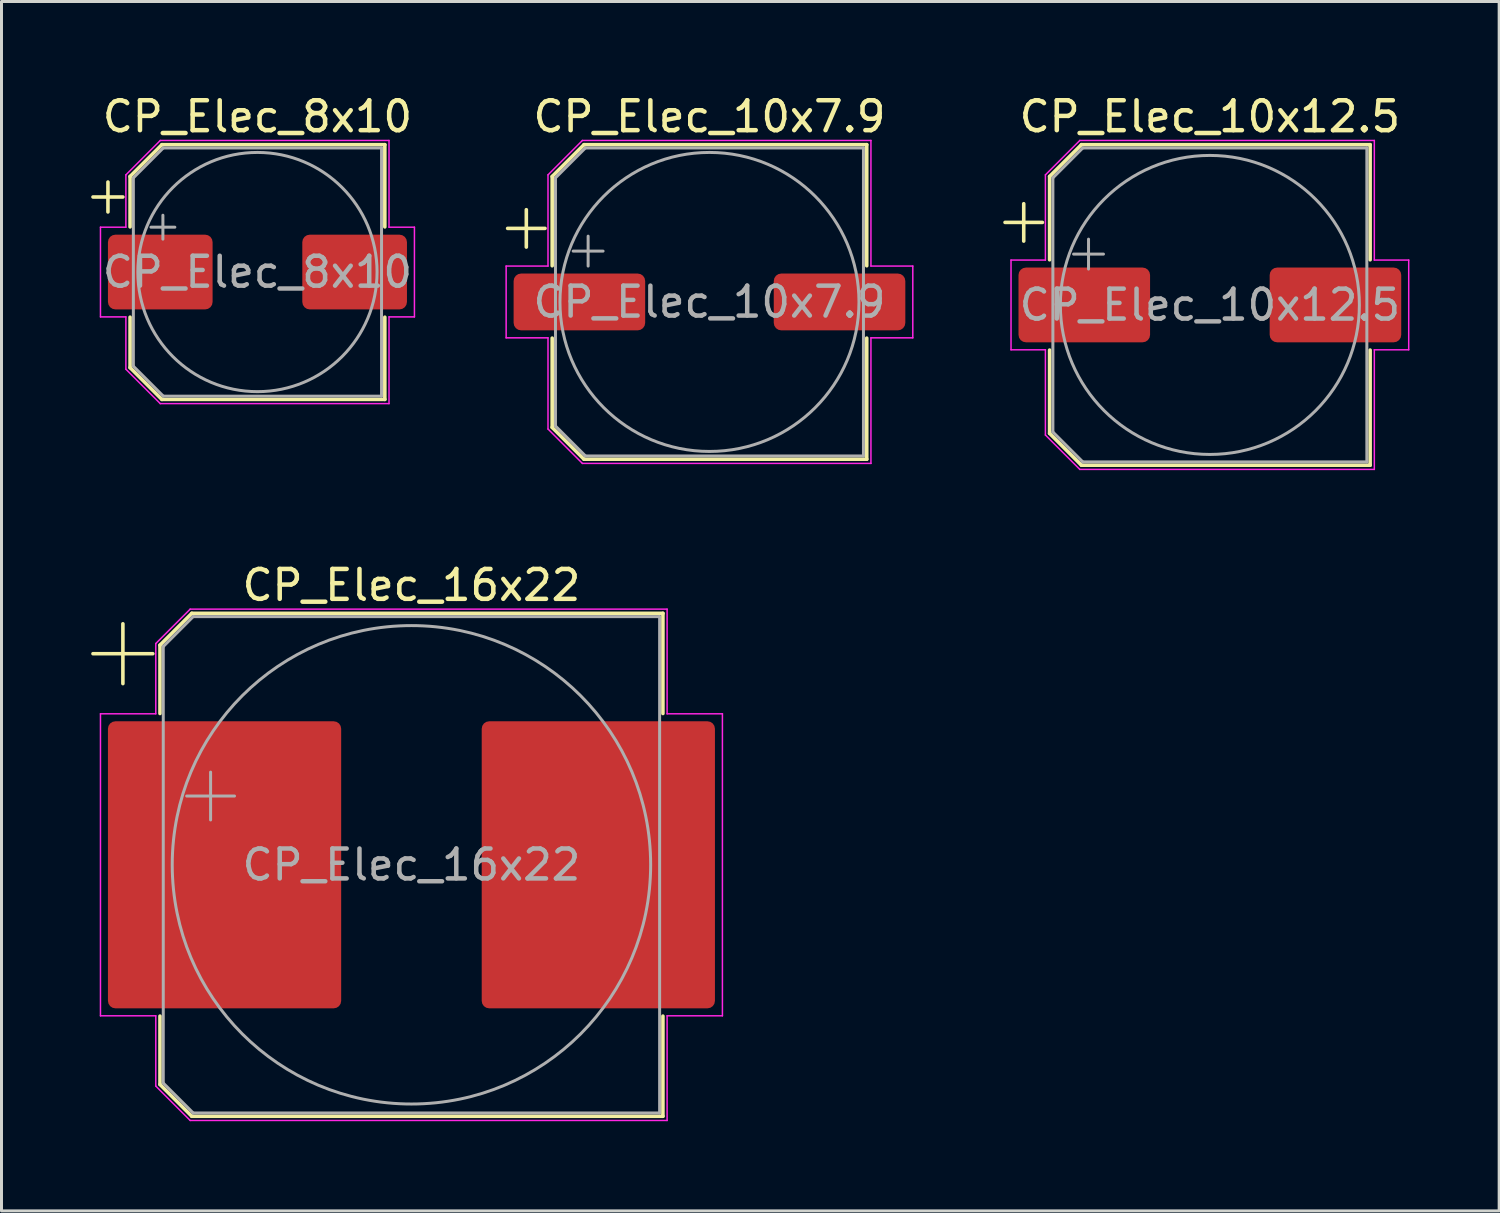
<source format=kicad_pcb>
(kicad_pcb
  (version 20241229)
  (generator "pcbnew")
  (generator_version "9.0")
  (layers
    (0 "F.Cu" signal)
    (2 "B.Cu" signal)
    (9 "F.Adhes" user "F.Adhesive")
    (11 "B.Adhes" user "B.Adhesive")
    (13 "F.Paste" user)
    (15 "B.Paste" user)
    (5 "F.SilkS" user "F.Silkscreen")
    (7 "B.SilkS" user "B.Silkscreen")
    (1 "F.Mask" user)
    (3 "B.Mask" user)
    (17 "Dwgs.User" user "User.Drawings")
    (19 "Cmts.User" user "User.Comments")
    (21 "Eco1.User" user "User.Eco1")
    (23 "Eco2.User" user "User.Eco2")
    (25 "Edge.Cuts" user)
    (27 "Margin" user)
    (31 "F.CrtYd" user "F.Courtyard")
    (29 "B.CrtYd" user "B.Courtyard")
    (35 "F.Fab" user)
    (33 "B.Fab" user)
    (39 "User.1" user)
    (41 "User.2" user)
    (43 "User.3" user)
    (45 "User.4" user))
  (footprint "CP_Elec_8x10"
    (layer "F.Cu")
    (at 5.56 6.048)
    (property "Reference" "CP_Elec_8x10" (at 0 -5.2 0) (layer "F.SilkS") (effects (font (size 1 1) (thickness 0.15))))
    (attr smd)
    (fp_line (start -5.5 -2.51) (end -4.5 -2.51) (stroke (width 0.12) (type solid)) (layer "F.SilkS"))
    (fp_line (start -5 -3.01) (end -5 -2.01) (stroke (width 0.12) (type solid)) (layer "F.SilkS"))
    (fp_line (start -4.26 -3.196) (end -4.26 -1.51) (stroke (width 0.12) (type solid)) (layer "F.SilkS"))
    (fp_line (start -4.26 -3.196) (end -3.196 -4.26) (stroke (width 0.12) (type solid)) (layer "F.SilkS"))
    (fp_line (start -4.26 3.196) (end -4.26 1.51) (stroke (width 0.12) (type solid)) (layer "F.SilkS"))
    (fp_line (start -4.26 3.196) (end -3.196 4.26) (stroke (width 0.12) (type solid)) (layer "F.SilkS"))
    (fp_line (start -3.196 -4.26) (end 4.26 -4.26) (stroke (width 0.12) (type solid)) (layer "F.SilkS"))
    (fp_line (start -3.196 4.26) (end 4.26 4.26) (stroke (width 0.12) (type solid)) (layer "F.SilkS"))
    (fp_line (start 4.26 -4.26) (end 4.26 -1.51) (stroke (width 0.12) (type solid)) (layer "F.SilkS"))
    (fp_line (start 4.26 4.26) (end 4.26 1.51) (stroke (width 0.12) (type solid)) (layer "F.SilkS"))
    (fp_line (start -5.25 -1.5) (end -5.25 1.5) (stroke (width 0.05) (type solid)) (layer "F.CrtYd"))
    (fp_line (start -5.25 1.5) (end -4.4 1.5) (stroke (width 0.05) (type solid)) (layer "F.CrtYd"))
    (fp_line (start -4.4 -3.25) (end -4.4 -1.5) (stroke (width 0.05) (type solid)) (layer "F.CrtYd"))
    (fp_line (start -4.4 -3.25) (end -3.25 -4.4) (stroke (width 0.05) (type solid)) (layer "F.CrtYd"))
    (fp_line (start -4.4 -1.5) (end -5.25 -1.5) (stroke (width 0.05) (type solid)) (layer "F.CrtYd"))
    (fp_line (start -4.4 1.5) (end -4.4 3.25) (stroke (width 0.05) (type solid)) (layer "F.CrtYd"))
    (fp_line (start -4.4 3.25) (end -3.25 4.4) (stroke (width 0.05) (type solid)) (layer "F.CrtYd"))
    (fp_line (start -3.25 -4.4) (end 4.4 -4.4) (stroke (width 0.05) (type solid)) (layer "F.CrtYd"))
    (fp_line (start -3.25 4.4) (end 4.4 4.4) (stroke (width 0.05) (type solid)) (layer "F.CrtYd"))
    (fp_line (start 4.4 -4.4) (end 4.4 -1.5) (stroke (width 0.05) (type solid)) (layer "F.CrtYd"))
    (fp_line (start 4.4 -1.5) (end 5.25 -1.5) (stroke (width 0.05) (type solid)) (layer "F.CrtYd"))
    (fp_line (start 4.4 1.5) (end 4.4 4.4) (stroke (width 0.05) (type solid)) (layer "F.CrtYd"))
    (fp_line (start 5.25 -1.5) (end 5.25 1.5) (stroke (width 0.05) (type solid)) (layer "F.CrtYd"))
    (fp_line (start 5.25 1.5) (end 4.4 1.5) (stroke (width 0.05) (type solid)) (layer "F.CrtYd"))
    (fp_line (start -4.15 -3.15) (end -4.15 3.15) (stroke (width 0.1) (type solid)) (layer "F.Fab"))
    (fp_line (start -4.15 -3.15) (end -3.15 -4.15) (stroke (width 0.1) (type solid)) (layer "F.Fab"))
    (fp_line (start -4.15 3.15) (end -3.15 4.15) (stroke (width 0.1) (type solid)) (layer "F.Fab"))
    (fp_line (start -3.562 -1.5) (end -2.762 -1.5) (stroke (width 0.1) (type solid)) (layer "F.Fab"))
    (fp_line (start -3.162 -1.9) (end -3.162 -1.1) (stroke (width 0.1) (type solid)) (layer "F.Fab"))
    (fp_line (start -3.15 -4.15) (end 4.15 -4.15) (stroke (width 0.1) (type solid)) (layer "F.Fab"))
    (fp_line (start -3.15 4.15) (end 4.15 4.15) (stroke (width 0.1) (type solid)) (layer "F.Fab"))
    (fp_line (start 4.15 -4.15) (end 4.15 4.15) (stroke (width 0.1) (type solid)) (layer "F.Fab"))
    (fp_circle (center 0 0) (end 4 0) (stroke (width 0.1) (type solid)) (fill no) (layer "F.Fab"))
    (fp_text user "${REFERENCE}" (at 0 0 0) (layer "F.Fab") (effects (font (size 1 1) (thickness 0.15))))
    (pad "1" smd roundrect (at -3.25 0) (size 3.5 2.5) (layers "F.Cu" "F.Mask" "F.Paste") (roundrect_rratio 0.1))
    (pad "2" smd roundrect (at 3.25 0) (size 3.5 2.5) (layers "F.Cu" "F.Mask" "F.Paste") (roundrect_rratio 0.1)))
  (footprint "CP_Elec_10x12.5"
    (layer "F.Cu")
    (at 37.412 7.148)
    (property "Reference" "CP_Elec_10x12.5" (at 0 -6.3 0) (layer "F.SilkS") (effects (font (size 1 1) (thickness 0.15))))
    (attr smd)
    (fp_line (start -6.85 -2.76) (end -5.6 -2.76) (stroke (width 0.12) (type solid)) (layer "F.SilkS"))
    (fp_line (start -6.225 -3.385) (end -6.225 -2.135) (stroke (width 0.12) (type solid)) (layer "F.SilkS"))
    (fp_line (start -5.36 -4.296) (end -5.36 -1.51) (stroke (width 0.12) (type solid)) (layer "F.SilkS"))
    (fp_line (start -5.36 -4.296) (end -4.296 -5.36) (stroke (width 0.12) (type solid)) (layer "F.SilkS"))
    (fp_line (start -5.36 4.296) (end -5.36 1.51) (stroke (width 0.12) (type solid)) (layer "F.SilkS"))
    (fp_line (start -5.36 4.296) (end -4.296 5.36) (stroke (width 0.12) (type solid)) (layer "F.SilkS"))
    (fp_line (start -4.296 -5.36) (end 5.36 -5.36) (stroke (width 0.12) (type solid)) (layer "F.SilkS"))
    (fp_line (start -4.296 5.36) (end 5.36 5.36) (stroke (width 0.12) (type solid)) (layer "F.SilkS"))
    (fp_line (start 5.36 -5.36) (end 5.36 -1.51) (stroke (width 0.12) (type solid)) (layer "F.SilkS"))
    (fp_line (start 5.36 5.36) (end 5.36 1.51) (stroke (width 0.12) (type solid)) (layer "F.SilkS"))
    (fp_line (start -6.65 -1.5) (end -6.65 1.5) (stroke (width 0.05) (type solid)) (layer "F.CrtYd"))
    (fp_line (start -6.65 1.5) (end -5.5 1.5) (stroke (width 0.05) (type solid)) (layer "F.CrtYd"))
    (fp_line (start -5.5 -4.35) (end -5.5 -1.5) (stroke (width 0.05) (type solid)) (layer "F.CrtYd"))
    (fp_line (start -5.5 -4.35) (end -4.35 -5.5) (stroke (width 0.05) (type solid)) (layer "F.CrtYd"))
    (fp_line (start -5.5 -1.5) (end -6.65 -1.5) (stroke (width 0.05) (type solid)) (layer "F.CrtYd"))
    (fp_line (start -5.5 1.5) (end -5.5 4.35) (stroke (width 0.05) (type solid)) (layer "F.CrtYd"))
    (fp_line (start -5.5 4.35) (end -4.35 5.5) (stroke (width 0.05) (type solid)) (layer "F.CrtYd"))
    (fp_line (start -4.35 -5.5) (end 5.5 -5.5) (stroke (width 0.05) (type solid)) (layer "F.CrtYd"))
    (fp_line (start -4.35 5.5) (end 5.5 5.5) (stroke (width 0.05) (type solid)) (layer "F.CrtYd"))
    (fp_line (start 5.5 -5.5) (end 5.5 -1.5) (stroke (width 0.05) (type solid)) (layer "F.CrtYd"))
    (fp_line (start 5.5 -1.5) (end 6.65 -1.5) (stroke (width 0.05) (type solid)) (layer "F.CrtYd"))
    (fp_line (start 5.5 1.5) (end 5.5 5.5) (stroke (width 0.05) (type solid)) (layer "F.CrtYd"))
    (fp_line (start 6.65 -1.5) (end 6.65 1.5) (stroke (width 0.05) (type solid)) (layer "F.CrtYd"))
    (fp_line (start 6.65 1.5) (end 5.5 1.5) (stroke (width 0.05) (type solid)) (layer "F.CrtYd"))
    (fp_line (start -5.25 -4.25) (end -5.25 4.25) (stroke (width 0.1) (type solid)) (layer "F.Fab"))
    (fp_line (start -5.25 -4.25) (end -4.25 -5.25) (stroke (width 0.1) (type solid)) (layer "F.Fab"))
    (fp_line (start -5.25 4.25) (end -4.25 5.25) (stroke (width 0.1) (type solid)) (layer "F.Fab"))
    (fp_line (start -4.558 -1.7) (end -3.558 -1.7) (stroke (width 0.1) (type solid)) (layer "F.Fab"))
    (fp_line (start -4.25 -5.25) (end 5.25 -5.25) (stroke (width 0.1) (type solid)) (layer "F.Fab"))
    (fp_line (start -4.25 5.25) (end 5.25 5.25) (stroke (width 0.1) (type solid)) (layer "F.Fab"))
    (fp_line (start -4.058 -2.2) (end -4.058 -1.2) (stroke (width 0.1) (type solid)) (layer "F.Fab"))
    (fp_line (start 5.25 -5.25) (end 5.25 5.25) (stroke (width 0.1) (type solid)) (layer "F.Fab"))
    (fp_circle (center 0 0) (end 5 0) (stroke (width 0.1) (type solid)) (fill no) (layer "F.Fab"))
    (fp_text user "${REFERENCE}" (at 0 0 0) (layer "F.Fab") (effects (font (size 1 1) (thickness 0.15))))
    (pad "1" smd roundrect (at -4.2 0) (size 4.4 2.5) (layers "F.Cu" "F.Mask" "F.Paste") (roundrect_rratio 0.1))
    (pad "2" smd roundrect (at 4.2 0) (size 4.4 2.5) (layers "F.Cu" "F.Mask" "F.Paste") (roundrect_rratio 0.1)))
  (footprint "CP_Elec_10x7.9"
    (layer "F.Cu")
    (at 20.677 7.048)
    (property "Reference" "CP_Elec_10x7.9" (at 0 -6.2 0) (layer "F.SilkS") (effects (font (size 1 1) (thickness 0.15))))
    (attr smd)
    (fp_line (start -6.75 -2.46) (end -5.5 -2.46) (stroke (width 0.12) (type solid)) (layer "F.SilkS"))
    (fp_line (start -6.125 -3.085) (end -6.125 -1.835) (stroke (width 0.12) (type solid)) (layer "F.SilkS"))
    (fp_line (start -5.26 -4.196) (end -5.26 -1.21) (stroke (width 0.12) (type solid)) (layer "F.SilkS"))
    (fp_line (start -5.26 -4.196) (end -4.196 -5.26) (stroke (width 0.12) (type solid)) (layer "F.SilkS"))
    (fp_line (start -5.26 4.196) (end -5.26 1.21) (stroke (width 0.12) (type solid)) (layer "F.SilkS"))
    (fp_line (start -5.26 4.196) (end -4.196 5.26) (stroke (width 0.12) (type solid)) (layer "F.SilkS"))
    (fp_line (start -4.196 -5.26) (end 5.26 -5.26) (stroke (width 0.12) (type solid)) (layer "F.SilkS"))
    (fp_line (start -4.196 5.26) (end 5.26 5.26) (stroke (width 0.12) (type solid)) (layer "F.SilkS"))
    (fp_line (start 5.26 -5.26) (end 5.26 -1.21) (stroke (width 0.12) (type solid)) (layer "F.SilkS"))
    (fp_line (start 5.26 5.26) (end 5.26 1.21) (stroke (width 0.12) (type solid)) (layer "F.SilkS"))
    (fp_line (start -6.8 -1.2) (end -6.8 1.2) (stroke (width 0.05) (type solid)) (layer "F.CrtYd"))
    (fp_line (start -6.8 1.2) (end -5.4 1.2) (stroke (width 0.05) (type solid)) (layer "F.CrtYd"))
    (fp_line (start -5.4 -4.25) (end -5.4 -1.2) (stroke (width 0.05) (type solid)) (layer "F.CrtYd"))
    (fp_line (start -5.4 -4.25) (end -4.25 -5.4) (stroke (width 0.05) (type solid)) (layer "F.CrtYd"))
    (fp_line (start -5.4 -1.2) (end -6.8 -1.2) (stroke (width 0.05) (type solid)) (layer "F.CrtYd"))
    (fp_line (start -5.4 1.2) (end -5.4 4.25) (stroke (width 0.05) (type solid)) (layer "F.CrtYd"))
    (fp_line (start -5.4 4.25) (end -4.25 5.4) (stroke (width 0.05) (type solid)) (layer "F.CrtYd"))
    (fp_line (start -4.25 -5.4) (end 5.4 -5.4) (stroke (width 0.05) (type solid)) (layer "F.CrtYd"))
    (fp_line (start -4.25 5.4) (end 5.4 5.4) (stroke (width 0.05) (type solid)) (layer "F.CrtYd"))
    (fp_line (start 5.4 -5.4) (end 5.4 -1.2) (stroke (width 0.05) (type solid)) (layer "F.CrtYd"))
    (fp_line (start 5.4 -1.2) (end 6.8 -1.2) (stroke (width 0.05) (type solid)) (layer "F.CrtYd"))
    (fp_line (start 5.4 1.2) (end 5.4 5.4) (stroke (width 0.05) (type solid)) (layer "F.CrtYd"))
    (fp_line (start 6.8 -1.2) (end 6.8 1.2) (stroke (width 0.05) (type solid)) (layer "F.CrtYd"))
    (fp_line (start 6.8 1.2) (end 5.4 1.2) (stroke (width 0.05) (type solid)) (layer "F.CrtYd"))
    (fp_line (start -5.15 -4.15) (end -5.15 4.15) (stroke (width 0.1) (type solid)) (layer "F.Fab"))
    (fp_line (start -5.15 -4.15) (end -4.15 -5.15) (stroke (width 0.1) (type solid)) (layer "F.Fab"))
    (fp_line (start -5.15 4.15) (end -4.15 5.15) (stroke (width 0.1) (type solid)) (layer "F.Fab"))
    (fp_line (start -4.558 -1.7) (end -3.558 -1.7) (stroke (width 0.1) (type solid)) (layer "F.Fab"))
    (fp_line (start -4.15 -5.15) (end 5.15 -5.15) (stroke (width 0.1) (type solid)) (layer "F.Fab"))
    (fp_line (start -4.15 5.15) (end 5.15 5.15) (stroke (width 0.1) (type solid)) (layer "F.Fab"))
    (fp_line (start -4.058 -2.2) (end -4.058 -1.2) (stroke (width 0.1) (type solid)) (layer "F.Fab"))
    (fp_line (start 5.15 -5.15) (end 5.15 5.15) (stroke (width 0.1) (type solid)) (layer "F.Fab"))
    (fp_circle (center 0 0) (end 5 0) (stroke (width 0.1) (type solid)) (fill no) (layer "F.Fab"))
    (fp_text user "${REFERENCE}" (at 0 0 0) (layer "F.Fab") (effects (font (size 1 1) (thickness 0.15))))
    (pad "1" smd roundrect (at -4.35 0) (size 4.4 1.9) (layers "F.Cu" "F.Mask" "F.Paste") (roundrect_rratio 0.132))
    (pad "2" smd roundrect (at 4.35 0) (size 4.4 1.9) (layers "F.Cu" "F.Mask" "F.Paste") (roundrect_rratio 0.132)))
  (footprint "CP_Elec_16x22"
    (layer "F.Cu")
    (at 10.71 25.872)
    (property "Reference" "CP_Elec_16x22" (at 0 -9.35 0) (layer "F.SilkS") (effects (font (size 1 1) (thickness 0.15))))
    (attr smd)
    (fp_line (start -10.65 -7.06) (end -8.65 -7.06) (stroke (width 0.12) (type solid)) (layer "F.SilkS"))
    (fp_line (start -9.65 -8.06) (end -9.65 -6.06) (stroke (width 0.12) (type solid)) (layer "F.SilkS"))
    (fp_line (start -8.41 -7.346) (end -8.41 -5.06) (stroke (width 0.12) (type solid)) (layer "F.SilkS"))
    (fp_line (start -8.41 -7.346) (end -7.346 -8.41) (stroke (width 0.12) (type solid)) (layer "F.SilkS"))
    (fp_line (start -8.41 7.346) (end -8.41 5.06) (stroke (width 0.12) (type solid)) (layer "F.SilkS"))
    (fp_line (start -8.41 7.346) (end -7.346 8.41) (stroke (width 0.12) (type solid)) (layer "F.SilkS"))
    (fp_line (start -7.346 -8.41) (end 8.41 -8.41) (stroke (width 0.12) (type solid)) (layer "F.SilkS"))
    (fp_line (start -7.346 8.41) (end 8.41 8.41) (stroke (width 0.12) (type solid)) (layer "F.SilkS"))
    (fp_line (start 8.41 -8.41) (end 8.41 -5.06) (stroke (width 0.12) (type solid)) (layer "F.SilkS"))
    (fp_line (start 8.41 8.41) (end 8.41 5.06) (stroke (width 0.12) (type solid)) (layer "F.SilkS"))
    (fp_line (start -10.4 -5.05) (end -10.4 5.05) (stroke (width 0.05) (type solid)) (layer "F.CrtYd"))
    (fp_line (start -10.4 5.05) (end -8.55 5.05) (stroke (width 0.05) (type solid)) (layer "F.CrtYd"))
    (fp_line (start -8.55 -7.4) (end -8.55 -5.05) (stroke (width 0.05) (type solid)) (layer "F.CrtYd"))
    (fp_line (start -8.55 -7.4) (end -7.4 -8.55) (stroke (width 0.05) (type solid)) (layer "F.CrtYd"))
    (fp_line (start -8.55 -5.05) (end -10.4 -5.05) (stroke (width 0.05) (type solid)) (layer "F.CrtYd"))
    (fp_line (start -8.55 5.05) (end -8.55 7.4) (stroke (width 0.05) (type solid)) (layer "F.CrtYd"))
    (fp_line (start -8.55 7.4) (end -7.4 8.55) (stroke (width 0.05) (type solid)) (layer "F.CrtYd"))
    (fp_line (start -7.4 -8.55) (end 8.55 -8.55) (stroke (width 0.05) (type solid)) (layer "F.CrtYd"))
    (fp_line (start -7.4 8.55) (end 8.55 8.55) (stroke (width 0.05) (type solid)) (layer "F.CrtYd"))
    (fp_line (start 8.55 -8.55) (end 8.55 -5.05) (stroke (width 0.05) (type solid)) (layer "F.CrtYd"))
    (fp_line (start 8.55 -5.05) (end 10.4 -5.05) (stroke (width 0.05) (type solid)) (layer "F.CrtYd"))
    (fp_line (start 8.55 5.05) (end 8.55 8.55) (stroke (width 0.05) (type solid)) (layer "F.CrtYd"))
    (fp_line (start 10.4 -5.05) (end 10.4 5.05) (stroke (width 0.05) (type solid)) (layer "F.CrtYd"))
    (fp_line (start 10.4 5.05) (end 8.55 5.05) (stroke (width 0.05) (type solid)) (layer "F.CrtYd"))
    (fp_line (start -8.3 -7.3) (end -8.3 7.3) (stroke (width 0.1) (type solid)) (layer "F.Fab"))
    (fp_line (start -8.3 -7.3) (end -7.3 -8.3) (stroke (width 0.1) (type solid)) (layer "F.Fab"))
    (fp_line (start -8.3 7.3) (end -7.3 8.3) (stroke (width 0.1) (type solid)) (layer "F.Fab"))
    (fp_line (start -7.517 -2.3) (end -5.917 -2.3) (stroke (width 0.1) (type solid)) (layer "F.Fab"))
    (fp_line (start -7.3 -8.3) (end 8.3 -8.3) (stroke (width 0.1) (type solid)) (layer "F.Fab"))
    (fp_line (start -7.3 8.3) (end 8.3 8.3) (stroke (width 0.1) (type solid)) (layer "F.Fab"))
    (fp_line (start -6.717 -3.1) (end -6.717 -1.5) (stroke (width 0.1) (type solid)) (layer "F.Fab"))
    (fp_line (start 8.3 -8.3) (end 8.3 8.3) (stroke (width 0.1) (type solid)) (layer "F.Fab"))
    (fp_circle (center 0 0) (end 8 0) (stroke (width 0.1) (type solid)) (fill no) (layer "F.Fab"))
    (fp_text user "${REFERENCE}" (at 0 0 0) (layer "F.Fab") (effects (font (size 1 1) (thickness 0.15))))
    (pad "1" smd roundrect (at -6.25 0) (size 7.8 9.6) (layers "F.Cu" "F.Mask" "F.Paste") (roundrect_rratio 0.032))
    (pad "2" smd roundrect (at 6.25 0) (size 7.8 9.6) (layers "F.Cu" "F.Mask" "F.Paste") (roundrect_rratio 0.032)))
  (gr_rect
    (start -3 -3)
    (end 47.087 37.447)
    (stroke (width 0.1) (type default))
    (fill no)
    (layer "Edge.Cuts")))
</source>
